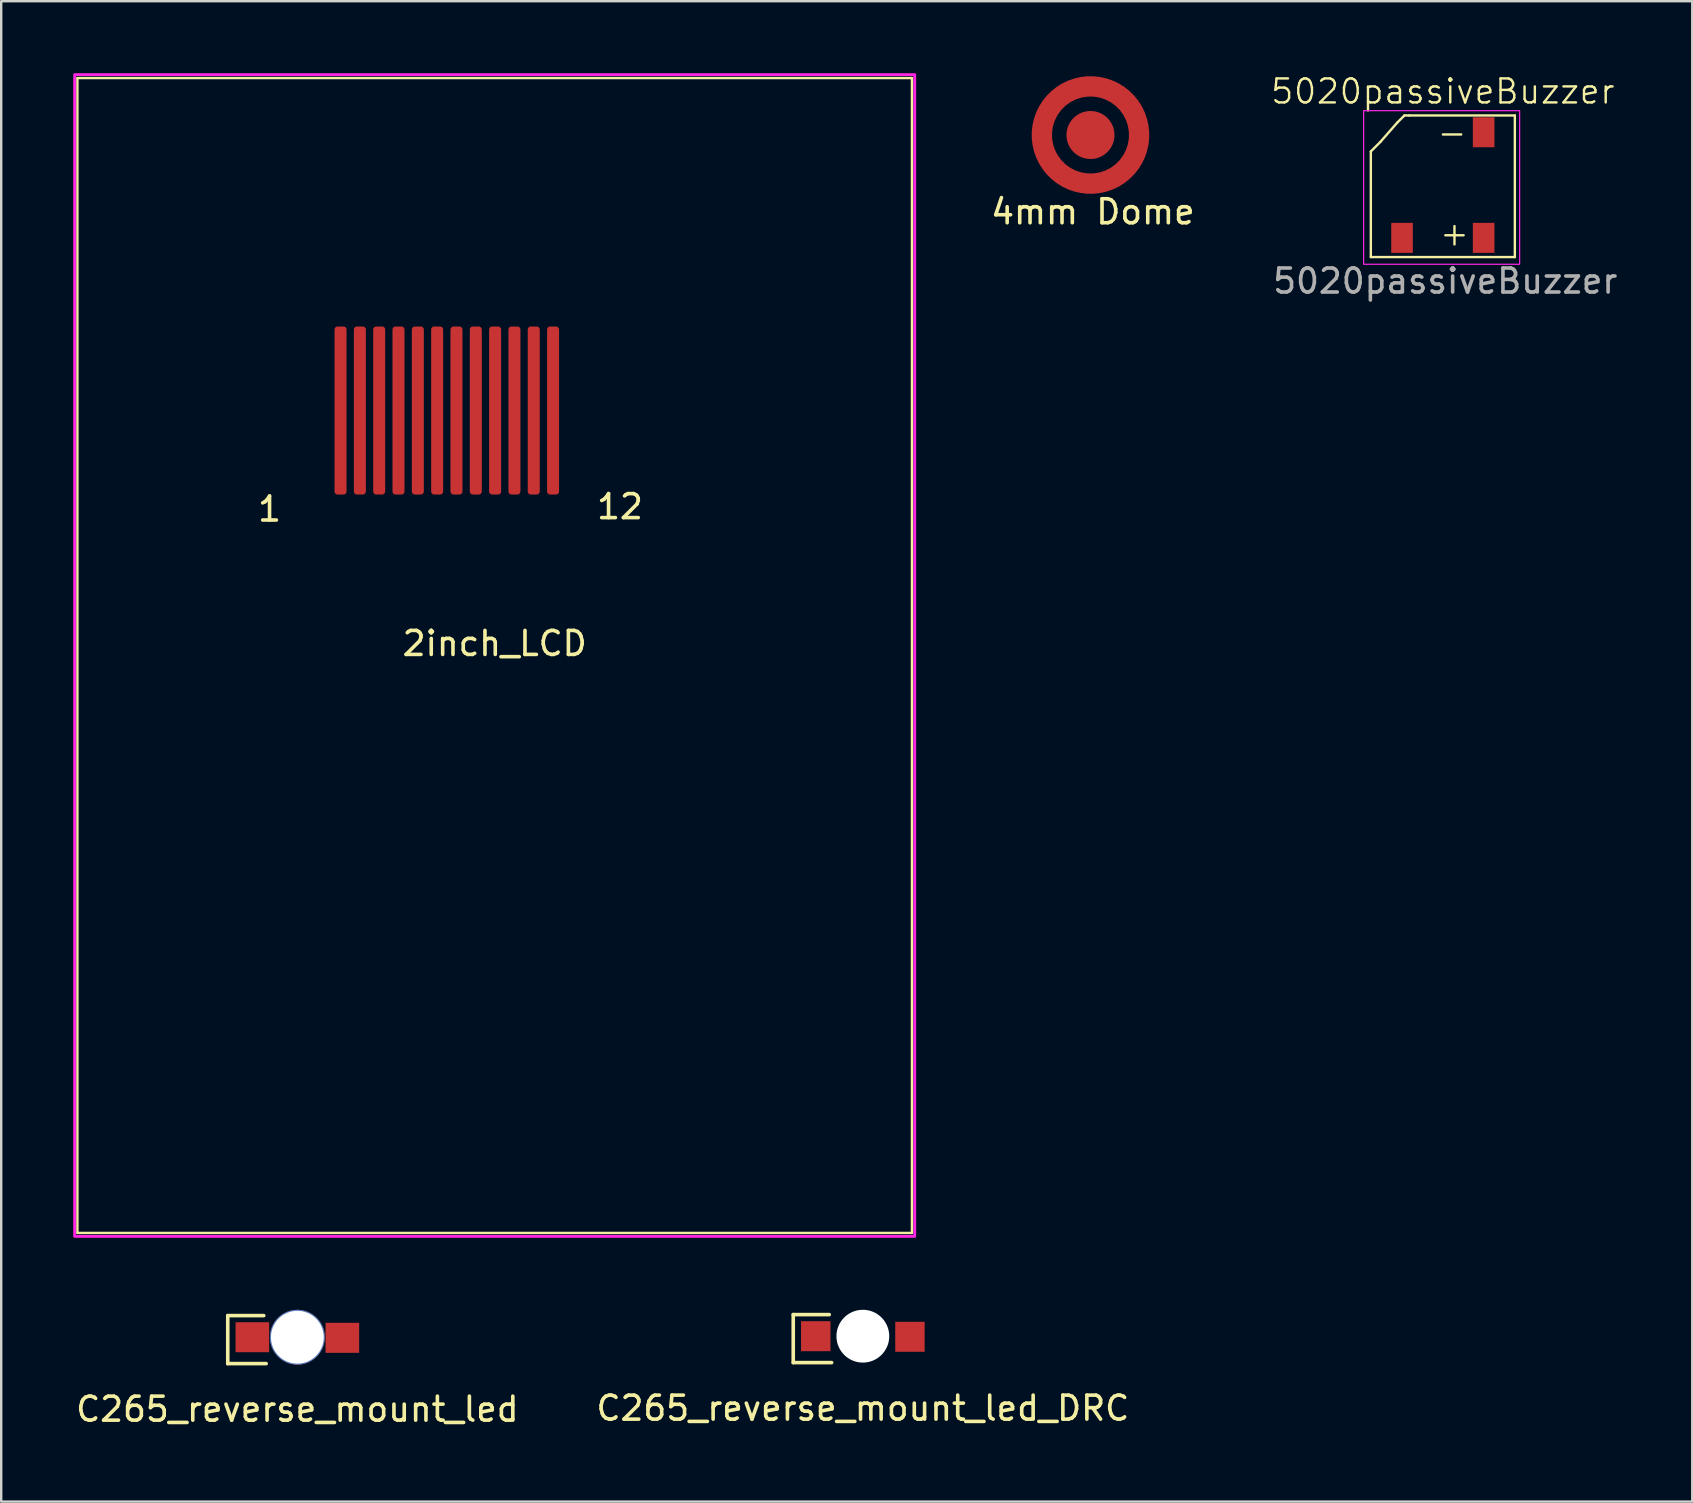
<source format=kicad_pcb>
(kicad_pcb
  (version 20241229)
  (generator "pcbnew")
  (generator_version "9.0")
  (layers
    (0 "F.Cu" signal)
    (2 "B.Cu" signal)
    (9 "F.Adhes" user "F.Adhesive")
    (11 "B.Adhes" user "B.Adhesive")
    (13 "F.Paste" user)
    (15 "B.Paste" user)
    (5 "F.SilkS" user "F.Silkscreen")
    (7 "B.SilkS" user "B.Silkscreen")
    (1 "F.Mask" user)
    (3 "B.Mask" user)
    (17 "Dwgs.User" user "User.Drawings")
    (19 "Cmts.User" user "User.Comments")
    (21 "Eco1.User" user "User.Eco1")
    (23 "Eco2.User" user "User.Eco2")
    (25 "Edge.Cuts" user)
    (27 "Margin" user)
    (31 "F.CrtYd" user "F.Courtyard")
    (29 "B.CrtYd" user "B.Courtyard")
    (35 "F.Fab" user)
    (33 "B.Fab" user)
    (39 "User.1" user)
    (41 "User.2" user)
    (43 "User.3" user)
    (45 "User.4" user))
  (footprint "5020passiveBuzzer"
    (layer "F.Cu")
    (at 57.063 4.66)
    (property "Reference" "5020passiveBuzzer" (at 0 -3.9 0) (unlocked yes) (layer "F.SilkS") (effects (font (size 1 1) (thickness 0.1))))
    (attr smd)
    (fp_line (start -3 -1.4) (end -3 3) (stroke (width 0.1) (type default)) (layer "F.SilkS"))
    (fp_line (start -3 3) (end 3 3) (stroke (width 0.1) (type default)) (layer "F.SilkS"))
    (fp_line (start -2.6 -1.8) (end -3 -1.4) (stroke (width 0.1) (type default)) (layer "F.SilkS"))
    (fp_line (start -2.6 -1.8) (end -1.9 -2.6) (stroke (width 0.1) (type default)) (layer "F.SilkS"))
    (fp_line (start -1.9 -2.6) (end -1.6 -2.9) (stroke (width 0.1) (type default)) (layer "F.SilkS"))
    (fp_line (start -1.6 -2.9) (end -1.4 -2.9) (stroke (width 0.1) (type default)) (layer "F.SilkS"))
    (fp_line (start 3 -2.9) (end -1.4 -2.9) (stroke (width 0.1) (type default)) (layer "F.SilkS"))
    (fp_line (start 3 3) (end 3 -2.9) (stroke (width 0.1) (type default)) (layer "F.SilkS"))
    (fp_rect (start 3.2 3.3) (end -3.3 -3.1) (stroke (width 0.05) (type default)) (fill no) (layer "F.CrtYd"))
    (fp_text user "-" (at -0.3 -1.6 0) (unlocked yes) (layer "F.SilkS") (effects (font (size 1 1) (thickness 0.1)) (justify left bottom)))
    (fp_text user "+" (at -0.2 2.6 0) (unlocked yes) (layer "F.SilkS") (effects (font (size 1 1) (thickness 0.1)) (justify left bottom)))
    (fp_text user "${REFERENCE}" (at 0.1 4 0) (unlocked yes) (layer "F.Fab") (effects (font (size 1 1) (thickness 0.15))))
    (pad "" smd rect (at -1.7 2.2) (size 0.9 1.25) (layers "F.Cu" "F.Mask" "F.Paste"))
    (pad "1" smd rect (at 1.7 2.2) (size 0.9 1.25) (layers "F.Cu" "F.Mask" "F.Paste"))
    (pad "2" smd rect (at 1.7 -2.2) (size 0.9 1.25) (layers "F.Cu" "F.Mask" "F.Paste")))
  (footprint "C265_reverse_mount_led"
    (layer "F.Cu")
    (at 9.339 52.663)
    (property "Reference" "C265_reverse_mount_led" (at 0 3 0) (unlocked yes) (layer "F.SilkS") (effects (font (size 1 1) (thickness 0.15))))
    (attr smd)
    (fp_line (start -2.9 -0.9) (end -2.9 1.1) (stroke (width 0.15) (type solid)) (layer "F.SilkS"))
    (fp_line (start -2.9 1.1) (end -1.3 1.1) (stroke (width 0.15) (type solid)) (layer "F.SilkS"))
    (fp_line (start -1.4 -0.9) (end -2.9 -0.9) (stroke (width 0.15) (type solid)) (layer "F.SilkS"))
    (pad "" np_thru_hole circle (at 0 0) (size 2.286 2.286) (drill 2.2) (layers "*.Cu" "*.Mask"))
    (pad "1" smd rect (at -1.875 0) (size 1.4 1.25) (layers "F.Cu" "F.Mask" "F.Paste"))
    (pad "2" smd rect (at 1.875 0.025) (size 1.4 1.25) (layers "F.Cu" "F.Mask" "F.Paste")))
  (footprint "4mm Dome"
    (layer "F.Cu")
    (at 42.383 2.575)
    (property "Reference" "4mm Dome" (at 0.1 3.2 0) (unlocked yes) (layer "F.SilkS") (effects (font (size 1 1) (thickness 0.15))))
    (attr smd)
    (fp_circle (center 0 0) (end 2.55 0) (stroke (width 0.05) (type solid)) (fill yes) (layer "F.Mask"))
    (pad "1" smd circle (at 0 0) (size 2 2) (layers "F.Cu" "F.Mask"))
    (pad "2" smd circle (at -2.05 0) (size 0.25 0.25) (layers "F.Cu" "F.Mask"))
    (pad "2" smd circle (at -1.734 0.918) (size 0.25 0.25) (layers "F.Cu" "F.Mask"))
    (pad "2" smd circle (at -1.707 -1) (size 0.25 0.25) (layers "F.Cu" "F.Mask"))
    (pad "2" smd circle (at -1.05 1.7) (size 0.25 0.25) (layers "F.Cu" "F.Mask"))
    (pad "2" smd circle (at -1 -1.8) (size 0.25 0.25) (layers "F.Cu" "F.Mask"))
    (pad "2" smd circle (at 0 -2) (size 0.25 0.25) (layers "F.Cu" "F.Mask"))
    (pad "2" smd circle (at 0 2.099) (size 0.25 0.25) (layers "F.Cu" "F.Mask"))
    (pad "2" smd circle (at 1.05 -1.75) (size 0.25 0.25) (layers "F.Cu" "F.Mask"))
    (pad "2" smd circle (at 1.185 1.65) (size 0.25 0.25) (layers "F.Cu" "F.Mask"))
    (pad "2" smd circle (at 1.8 -1) (size 0.25 0.25) (layers "F.Cu" "F.Mask"))
    (pad "2" smd circle (at 1.85 0.9) (size 0.25 0.25) (layers "F.Cu" "F.Mask"))
    (pad "2" smd circle (at 2.025 0) (size 0.25 0.25) (layers "F.Cu" "F.Mask"))
    (pad "2" smd custom (at 2.025 0) (size 0.85 0.85) (layers "F.Cu" "F.Mask") (options (anchor circle)) (primitives (gr_circle (center -2.025 0) (end 0 0) (width 0.85) (fill no)))))
  (footprint "2inch_LCD"
    (layer "F.Cu")
    (at 17.56 24.26)
    (property "Reference" "2inch_LCD" (at 0 -0.5 0) (unlocked yes) (layer "F.SilkS") (effects (font (size 1 1) (thickness 0.15))))
    (attr smd)
    (fp_line (start -17.385 -24.057) (end -17.385 24.057) (stroke (width 0.1) (type solid)) (layer "F.SilkS"))
    (fp_line (start -17.385 -24.057) (end 17.385 -24.057) (stroke (width 0.1) (type solid)) (layer "F.SilkS"))
    (fp_line (start -17.385 24.057) (end 17.385 24.057) (stroke (width 0.1) (type solid)) (layer "F.SilkS"))
    (fp_line (start 17.385 24.057) (end 17.385 -24.057) (stroke (width 0.1) (type solid)) (layer "F.SilkS"))
    (fp_rect (start 0 0) (end 0 0) (stroke (width 0.1) (type solid)) (fill no) (layer "F.SilkS"))
    (fp_rect (start -17.5 -24.2) (end 17.5 24.2) (stroke (width 0.12) (type solid)) (fill no) (layer "F.CrtYd"))
    (fp_text user "1" (at -9.38 -6.1 0) (unlocked yes) (layer "F.SilkS") (effects (font (size 1 1) (thickness 0.15))))
    (fp_text user "12" (at 5.22 -6.2 0) (unlocked yes) (layer "F.SilkS") (effects (font (size 1 1) (thickness 0.15))))
    (pad "1" smd roundrect (at -6.422 -10.207) (size 0.5 7) (layers "F.Cu" "F.Mask" "F.Paste") (roundrect_rratio 0.25))
    (pad "2" smd roundrect (at -5.617 -10.207) (size 0.5 7) (layers "F.Cu" "F.Mask" "F.Paste") (roundrect_rratio 0.25))
    (pad "3" smd roundrect (at -4.812 -10.207) (size 0.5 7) (layers "F.Cu" "F.Mask" "F.Paste") (roundrect_rratio 0.25))
    (pad "4" smd roundrect (at -4.007 -10.207) (size 0.5 7) (layers "F.Cu" "F.Mask" "F.Paste") (roundrect_rratio 0.25))
    (pad "5" smd roundrect (at -3.202 -10.207) (size 0.5 7) (layers "F.Cu" "F.Mask" "F.Paste") (roundrect_rratio 0.25))
    (pad "6" smd roundrect (at -2.397 -10.207) (size 0.5 7) (layers "F.Cu" "F.Mask" "F.Paste") (roundrect_rratio 0.25))
    (pad "7" smd roundrect (at -1.592 -10.207) (size 0.5 7) (layers "F.Cu" "F.Mask" "F.Paste") (roundrect_rratio 0.25))
    (pad "8" smd roundrect (at -0.787 -10.207) (size 0.5 7) (layers "F.Cu" "F.Mask" "F.Paste") (roundrect_rratio 0.25))
    (pad "9" smd roundrect (at 0.018 -10.207) (size 0.5 7) (layers "F.Cu" "F.Mask" "F.Paste") (roundrect_rratio 0.25))
    (pad "10" smd roundrect (at 0.823 -10.207) (size 0.5 7) (layers "F.Cu" "F.Mask" "F.Paste") (roundrect_rratio 0.25))
    (pad "11" smd roundrect (at 1.628 -10.207) (size 0.5 7) (layers "F.Cu" "F.Mask" "F.Paste") (roundrect_rratio 0.25))
    (pad "12" smd roundrect (at 2.433 -10.207) (size 0.5 7) (layers "F.Cu" "F.Mask" "F.Paste") (roundrect_rratio 0.25)))
  (footprint "C265_reverse_mount_led_DRC"
    (layer "F.Cu")
    (at 32.899 52.62)
    (property "Reference" "C265_reverse_mount_led_DRC" (at 0 3 0) (unlocked yes) (layer "F.SilkS") (effects (font (size 1 1) (thickness 0.15))))
    (attr smd)
    (fp_line (start -2.9 -0.9) (end -2.9 1.1) (stroke (width 0.15) (type solid)) (layer "F.SilkS"))
    (fp_line (start -2.9 1.1) (end -1.3 1.1) (stroke (width 0.15) (type solid)) (layer "F.SilkS"))
    (fp_line (start -1.4 -0.9) (end -2.9 -0.9) (stroke (width 0.15) (type solid)) (layer "F.SilkS"))
    (pad "" np_thru_hole circle (at 0 0) (size 2.2 2.2) (drill 2.2) (layers "*.Cu" "*.Mask"))
    (pad "1" smd rect (at -1.962 0) (size 1.225 1.25) (layers "F.Cu" "F.Mask" "F.Paste"))
    (pad "2" smd rect (at 1.962 0.025) (size 1.225 1.25) (layers "F.Cu" "F.Mask" "F.Paste")))
  (gr_rect
    (start -3 -3)
    (end 67.455 59.511)
    (stroke (width 0.1) (type default))
    (fill no)
    (layer "Edge.Cuts")))
</source>
